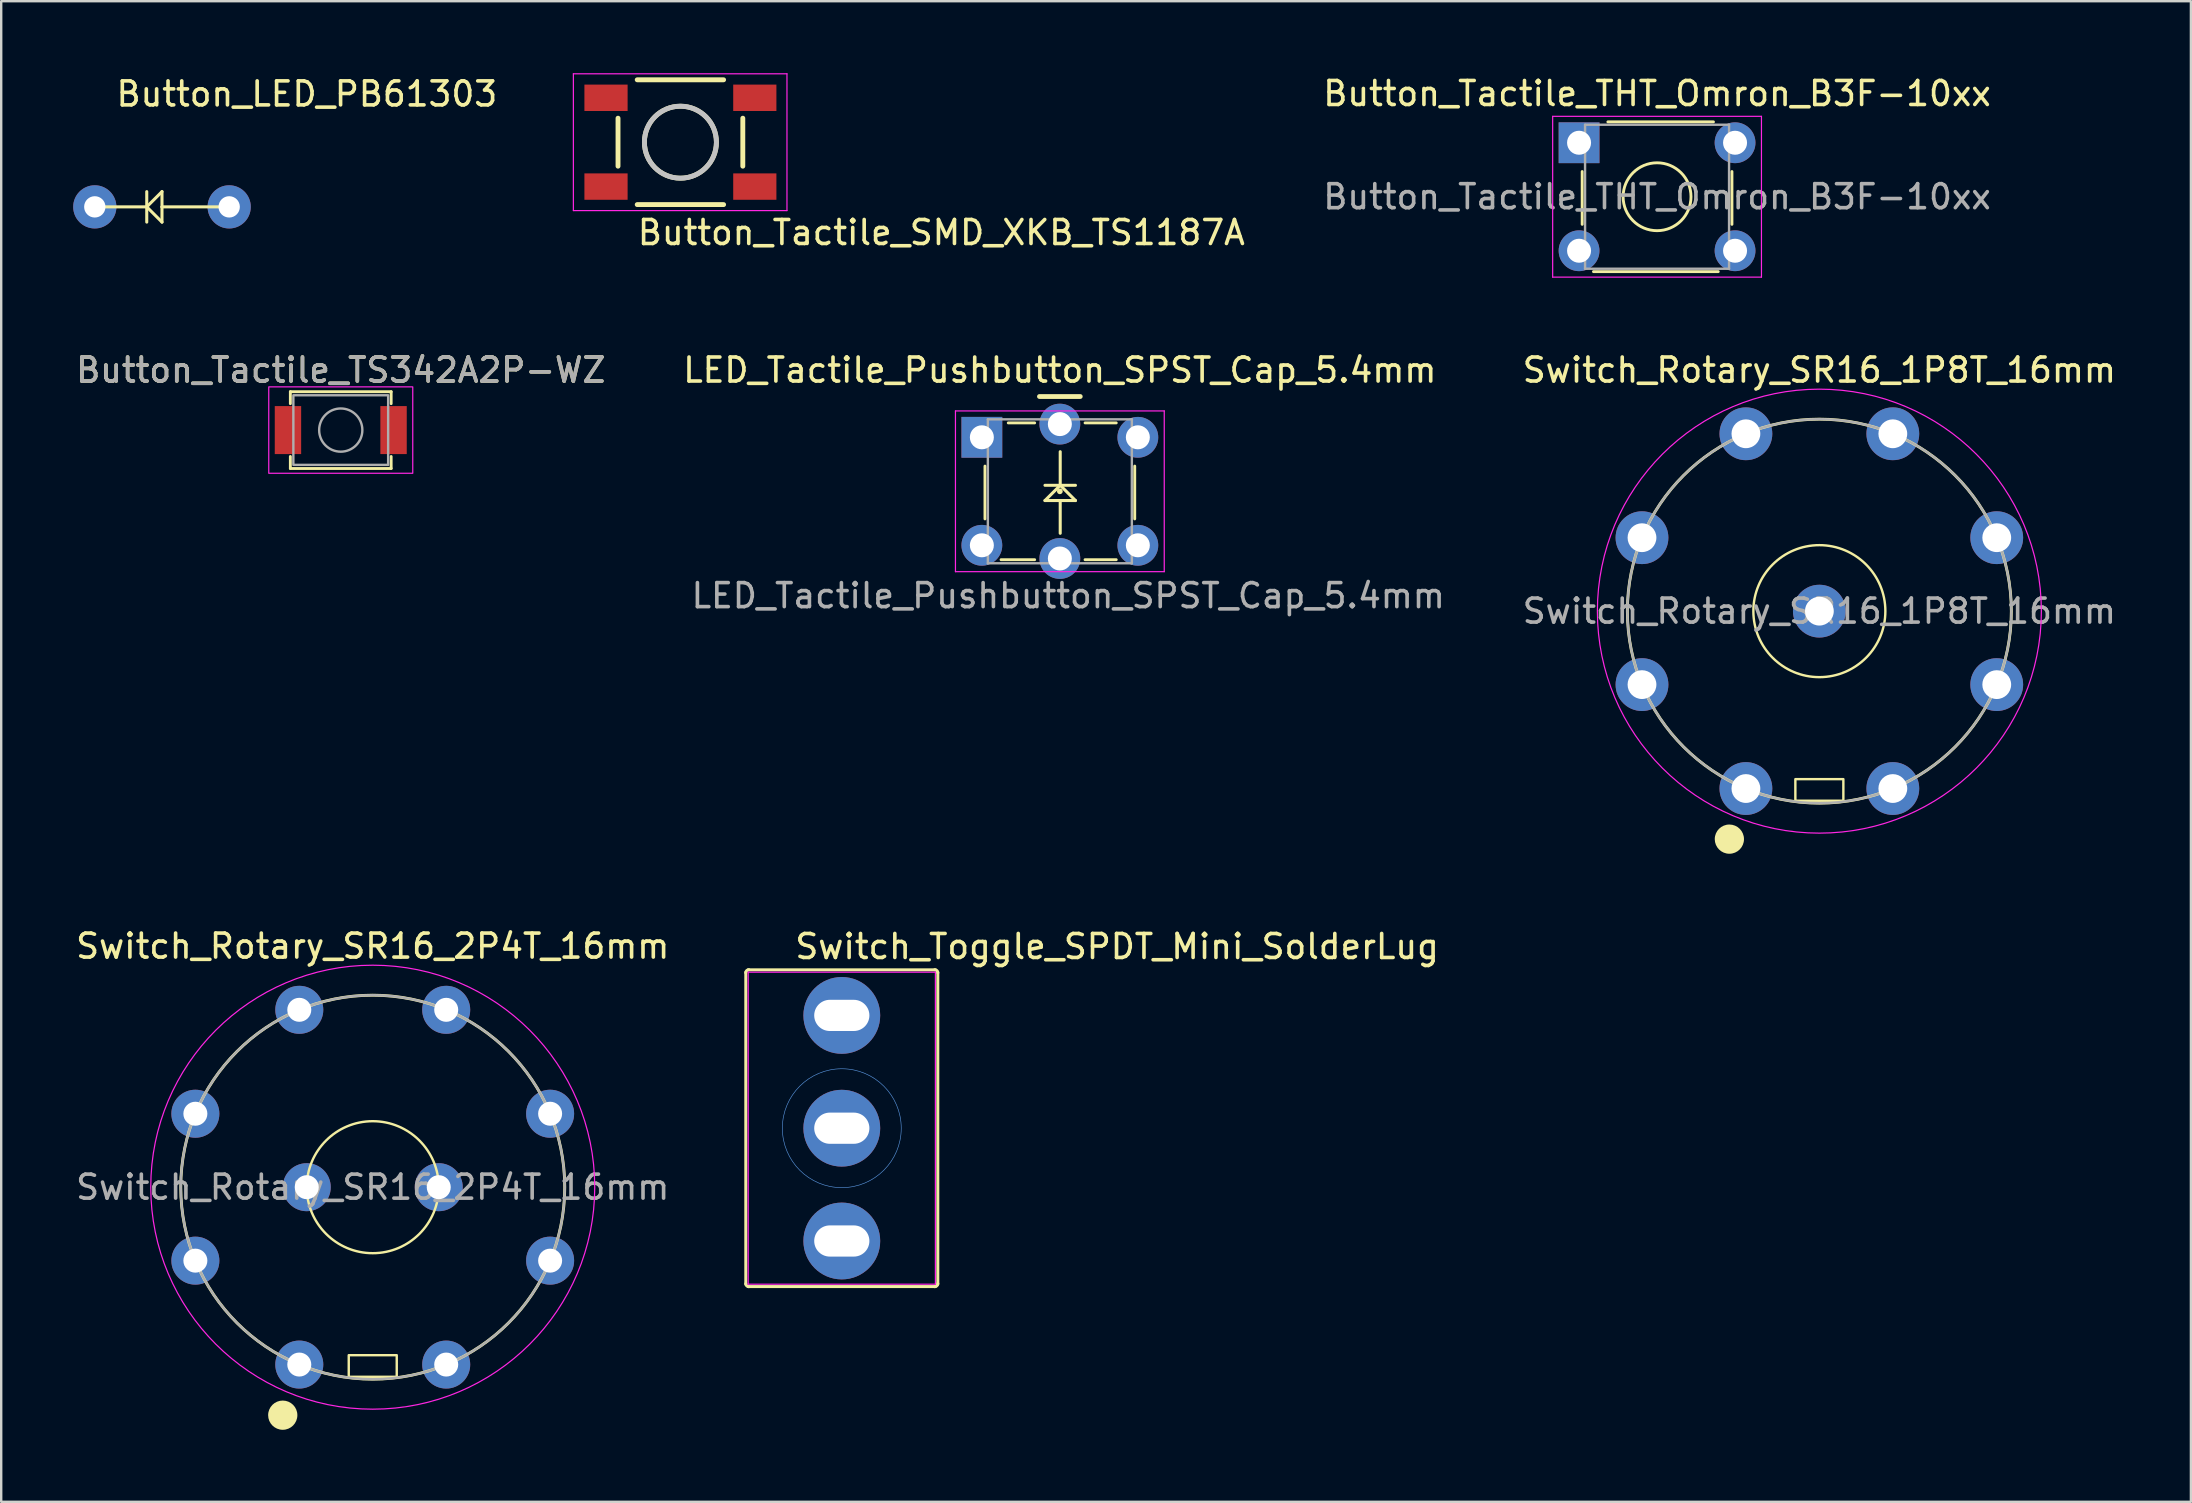
<source format=kicad_pcb>
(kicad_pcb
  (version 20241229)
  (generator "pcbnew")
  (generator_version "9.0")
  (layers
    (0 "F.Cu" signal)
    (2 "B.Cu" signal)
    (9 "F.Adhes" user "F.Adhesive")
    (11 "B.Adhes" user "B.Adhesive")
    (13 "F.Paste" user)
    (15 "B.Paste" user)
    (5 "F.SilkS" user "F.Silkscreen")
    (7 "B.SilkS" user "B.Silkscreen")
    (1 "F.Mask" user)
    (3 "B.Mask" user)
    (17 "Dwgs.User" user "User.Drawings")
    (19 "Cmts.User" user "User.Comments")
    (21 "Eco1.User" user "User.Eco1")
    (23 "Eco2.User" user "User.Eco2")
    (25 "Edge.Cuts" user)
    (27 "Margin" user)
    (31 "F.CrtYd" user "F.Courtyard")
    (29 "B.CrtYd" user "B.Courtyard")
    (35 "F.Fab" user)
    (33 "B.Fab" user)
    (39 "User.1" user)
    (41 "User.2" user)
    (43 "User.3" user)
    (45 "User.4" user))
  (footprint "Button_Tactile_THT_Omron_B3F-10xx"
    (layer "F.Cu")
    (at 62.748 2.898)
    (property "Reference" "Button_Tactile_THT_Omron_B3F-10xx" (at 3.25 -2.05 0) (layer "F.SilkS") (effects (font (size 1 1) (thickness 0.15))))
    (attr through_hole)
    (fp_line (start 0.13 3.4) (end 0.13 1.2) (stroke (width 0.12) (type solid)) (layer "F.SilkS"))
    (fp_line (start 0.6 5.37) (end 5.8 5.37) (stroke (width 0.12) (type solid)) (layer "F.SilkS"))
    (fp_line (start 1.2 -0.87) (end 5.6 -0.87) (stroke (width 0.12) (type solid)) (layer "F.SilkS"))
    (fp_line (start 6.37 1.2) (end 6.37 3.4) (stroke (width 0.12) (type solid)) (layer "F.SilkS"))
    (fp_circle (center 3.25 2.25) (end 4.25 3.25) (stroke (width 0.12) (type solid)) (fill no) (layer "F.SilkS"))
    (fp_line (start -1.1 -1.1) (end -1.1 5.6) (stroke (width 0.05) (type solid)) (layer "F.CrtYd"))
    (fp_line (start -1.1 -1.1) (end 7.6 -1.1) (stroke (width 0.05) (type solid)) (layer "F.CrtYd"))
    (fp_line (start -1.1 5.6) (end 7.6 5.6) (stroke (width 0.05) (type solid)) (layer "F.CrtYd"))
    (fp_line (start 7.6 5.6) (end 7.6 -1.1) (stroke (width 0.05) (type solid)) (layer "F.CrtYd"))
    (fp_line (start 0.25 -0.75) (end 0.25 5.25) (stroke (width 0.1) (type solid)) (layer "F.Fab"))
    (fp_line (start 0.25 -0.75) (end 6.25 -0.75) (stroke (width 0.1) (type solid)) (layer "F.Fab"))
    (fp_line (start 0.25 5.25) (end 6.25 5.25) (stroke (width 0.1) (type solid)) (layer "F.Fab"))
    (fp_line (start 6.25 -0.75) (end 6.25 5.25) (stroke (width 0.1) (type solid)) (layer "F.Fab"))
    (fp_text user "${REFERENCE}" (at 3.25 2.25 0) (layer "F.Fab") (effects (font (size 1 1) (thickness 0.15))))
    (pad "1" thru_hole rect (at 0 0) (size 1.7 1.7) (drill 1) (layers "*.Cu" "*.Mask"))
    (pad "1" thru_hole circle (at 6.5 0) (size 1.7 1.7) (drill 1) (layers "*.Cu" "*.Mask"))
    (pad "2" thru_hole circle (at 0 4.5) (size 1.7 1.7) (drill 1) (layers "*.Cu" "*.Mask"))
    (pad "2" thru_hole circle (at 6.5 4.5) (size 1.7 1.7) (drill 1) (layers "*.Cu" "*.Mask")))
  (footprint "Switch_Rotary_SR16_1P8T_16mm"
    (layer "F.Cu")
    (at 72.761 22.416)
    (property "Reference" "Switch_Rotary_SR16_1P8T_16mm" (at 0 -10.045 0) (unlocked yes) (layer "F.SilkS") (effects (font (size 1 1) (thickness 0.15))))
    (fp_rect (start -1 7) (end 1 7.9) (stroke (width 0.1) (type default)) (fill no) (layer "F.SilkS"))
    (fp_circle (center -3.75 9.5) (end -3.191 9.5) (stroke (width 0.1) (type solid)) (fill yes) (layer "F.SilkS"))
    (fp_circle (center 0 0) (end 0 8) (stroke (width 0.12) (type default)) (fill no) (layer "F.SilkS"))
    (fp_circle (center 0 0) (end 2.75 0) (stroke (width 0.1) (type default)) (fill no) (layer "F.SilkS"))
    (fp_circle (center 0 0) (end 0 9.25) (stroke (width 0.05) (type default)) (fill no) (layer "F.CrtYd"))
    (fp_circle (center 0 0) (end 0 8) (stroke (width 0.1) (type default)) (fill no) (layer "F.Fab"))
    (fp_text user "${REFERENCE}" (at 0 0 0) (layer "F.Fab") (effects (font (size 1 1) (thickness 0.15))))
    (pad "1" thru_hole oval (at -3.061 7.391 180) (size 2.2 2.2) (drill 1.2) (layers "*.Cu" "*.Mask"))
    (pad "2" thru_hole oval (at -7.391 3.061 180) (size 2.2 2.2) (drill 1.2) (layers "*.Cu" "*.Mask"))
    (pad "3" thru_hole oval (at -7.391 -3.061 180) (size 2.2 2.2) (drill 1.2) (layers "*.Cu" "*.Mask"))
    (pad "4" thru_hole oval (at -3.061 -7.391 180) (size 2.2 2.2) (drill 1.2) (layers "*.Cu" "*.Mask"))
    (pad "5" thru_hole oval (at 3.061 -7.391 180) (size 2.2 2.2) (drill 1.2) (layers "*.Cu" "*.Mask"))
    (pad "6" thru_hole oval (at 7.391 -3.061 180) (size 2.2 2.2) (drill 1.2) (layers "*.Cu" "*.Mask"))
    (pad "7" thru_hole oval (at 7.391 3.061 180) (size 2.2 2.2) (drill 1.2) (layers "*.Cu" "*.Mask"))
    (pad "8" thru_hole oval (at 3.061 7.391 180) (size 2.2 2.2) (drill 1.2) (layers "*.Cu" "*.Mask"))
    (pad "A" thru_hole circle (at 0 0) (size 2.2 2.2) (drill 1.2) (layers "*.Cu" "*.Mask")))
  (footprint "Button_Tactile_TS342A2P-WZ"
    (layer "F.Cu")
    (at 11.149 14.871)
    (property "Reference" "Button_Tactile_TS342A2P-WZ" (at 0 -2.5 0) (layer "F.SilkS") (effects (font (size 1 1) (thickness 0.15))))
    (attr smd)
    (fp_line (start -2.1 -1.6) (end 2.1 -1.6) (stroke (width 0.12) (type solid)) (layer "F.SilkS"))
    (fp_line (start -2.1 -1.1) (end -2.1 -1.6) (stroke (width 0.12) (type solid)) (layer "F.SilkS"))
    (fp_line (start -2.1 1.6) (end -2.1 1.1) (stroke (width 0.12) (type solid)) (layer "F.SilkS"))
    (fp_line (start 2.1 -1.6) (end 2.1 -1.1) (stroke (width 0.12) (type solid)) (layer "F.SilkS"))
    (fp_line (start 2.1 1.1) (end 2.1 1.6) (stroke (width 0.12) (type solid)) (layer "F.SilkS"))
    (fp_line (start 2.1 1.6) (end -2.1 1.6) (stroke (width 0.12) (type solid)) (layer "F.SilkS"))
    (fp_rect (start -3 -1.8) (end 3 1.8) (stroke (width 0.05) (type solid)) (fill no) (layer "F.CrtYd"))
    (fp_rect (start -1.975 -1.45) (end 1.975 1.45) (stroke (width 0.1) (type solid)) (fill no) (layer "F.Fab"))
    (fp_circle (center 0 0) (end 0.9 0) (stroke (width 0.1) (type solid)) (fill no) (layer "F.Fab"))
    (fp_text user "${REFERENCE}" (at 0 -2.5 0) (layer "F.Fab") (effects (font (size 1 1) (thickness 0.15))))
    (pad "1" smd rect (at -2.2 0) (size 1.1 2) (layers "F.Cu" "F.Mask" "F.Paste"))
    (pad "2" smd rect (at 2.2 0) (size 1.1 2) (layers "F.Cu" "F.Mask" "F.Paste")))
  (footprint "Button_LED_PB61303"
    (layer "F.Cu")
    (at 3.7 5.57)
    (property "Reference" "Button_LED_PB61303" (at -1.99 -4.12 0) (layer "F.SilkS") (effects (font (size 1 1) (thickness 0.15)) (justify left bottom)))
    (attr through_hole)
    (fp_line (start -0.635 -0.635) (end -0.635 0) (stroke (width 0.127) (type solid)) (layer "F.SilkS"))
    (fp_line (start -0.635 0) (end -2.54 0) (stroke (width 0.127) (type solid)) (layer "F.SilkS"))
    (fp_line (start -0.635 0) (end -0.635 0.635) (stroke (width 0.127) (type solid)) (layer "F.SilkS"))
    (fp_line (start -0.635 0) (end 0 0.635) (stroke (width 0.127) (type solid)) (layer "F.SilkS"))
    (fp_line (start 0 -0.635) (end -0.635 0) (stroke (width 0.127) (type solid)) (layer "F.SilkS"))
    (fp_line (start 0 0) (end 0 -0.635) (stroke (width 0.127) (type solid)) (layer "F.SilkS"))
    (fp_line (start 0 0.635) (end 0 0) (stroke (width 0.127) (type solid)) (layer "F.SilkS"))
    (fp_line (start 2.54 0) (end 0 0) (stroke (width 0.127) (type solid)) (layer "F.SilkS"))
    (pad "1" thru_hole circle (at -2.8 0) (size 1.8 1.8) (drill 0.889) (layers "*.Cu" "*.Mask"))
    (pad "2" thru_hole circle (at 2.8 0) (size 1.8 1.8) (drill 0.889) (layers "*.Cu" "*.Mask")))
  (footprint "Switch_Rotary_SR16_2P4T_16mm"
    (layer "F.Cu")
    (at 12.482 46.419)
    (property "Reference" "Switch_Rotary_SR16_2P4T_16mm" (at 0 -10.045 0) (unlocked yes) (layer "F.SilkS") (effects (font (size 1 1) (thickness 0.15))))
    (fp_rect (start -1 7) (end 1 7.9) (stroke (width 0.1) (type default)) (fill no) (layer "F.SilkS"))
    (fp_circle (center -3.75 9.5) (end -3.191 9.5) (stroke (width 0.1) (type solid)) (fill yes) (layer "F.SilkS"))
    (fp_circle (center 0 0) (end 0 8) (stroke (width 0.12) (type default)) (fill no) (layer "F.SilkS"))
    (fp_circle (center 0 0) (end 2.75 0) (stroke (width 0.1) (type default)) (fill no) (layer "F.SilkS"))
    (fp_circle (center 0 0) (end 0 9.25) (stroke (width 0.05) (type default)) (fill no) (layer "F.CrtYd"))
    (fp_circle (center 0 0) (end 0 8) (stroke (width 0.1) (type default)) (fill no) (layer "F.Fab"))
    (fp_text user "${REFERENCE}" (at 0 0 0) (layer "F.Fab") (effects (font (size 1 1) (thickness 0.15))))
    (pad "1" thru_hole oval (at -3.061 7.391 180) (size 2 2) (drill 1) (layers "*.Cu" "*.Mask"))
    (pad "2" thru_hole oval (at -7.391 3.061 180) (size 2 2) (drill 1) (layers "*.Cu" "*.Mask"))
    (pad "3" thru_hole oval (at -7.391 -3.061 180) (size 2 2) (drill 1) (layers "*.Cu" "*.Mask"))
    (pad "4" thru_hole oval (at -3.061 -7.391 180) (size 2 2) (drill 1) (layers "*.Cu" "*.Mask"))
    (pad "5" thru_hole oval (at 3.061 -7.391 180) (size 2 2) (drill 1) (layers "*.Cu" "*.Mask"))
    (pad "6" thru_hole oval (at 7.391 -3.061 180) (size 2 2) (drill 1) (layers "*.Cu" "*.Mask"))
    (pad "7" thru_hole oval (at 7.391 3.061 180) (size 2 2) (drill 1) (layers "*.Cu" "*.Mask"))
    (pad "8" thru_hole oval (at 3.061 7.391 180) (size 2 2) (drill 1) (layers "*.Cu" "*.Mask"))
    (pad "A" thru_hole circle (at -2.75 0) (size 2 2) (drill 1) (layers "*.Cu" "*.Mask"))
    (pad "B" thru_hole circle (at 2.75 0) (size 2 2) (drill 1) (layers "*.Cu" "*.Mask")))
  (footprint "Button_Tactile_SMD_XKB_TS1187A"
    (layer "F.Cu")
    (at 25.302 2.875)
    (property "Reference" "Button_Tactile_SMD_XKB_TS1187A" (at -1.87 4.35 0) (layer "F.SilkS") (effects (font (size 1 1) (thickness 0.15)) (justify left bottom)))
    (attr through_hole)
    (fp_line (start -2.6 1) (end -2.6 -1) (stroke (width 0.203) (type solid)) (layer "F.SilkS"))
    (fp_line (start 1.8 -2.6) (end -1.8 -2.6) (stroke (width 0.203) (type solid)) (layer "F.SilkS"))
    (fp_line (start 1.8 2.6) (end -1.8 2.6) (stroke (width 0.203) (type solid)) (layer "F.SilkS"))
    (fp_line (start 2.6 1) (end 2.6 -1) (stroke (width 0.203) (type solid)) (layer "F.SilkS"))
    (fp_circle (center 0 0) (end 1.5 0) (stroke (width 0.203) (type solid)) (fill no) (layer "F.SilkS"))
    (fp_circle (center 0 0) (end 1.5 0) (stroke (width 0.203) (type solid)) (fill no) (layer "Dwgs.User"))
    (fp_line (start -4.46 -2.85) (end -4.46 2.85) (stroke (width 0.05) (type solid)) (layer "F.CrtYd"))
    (fp_line (start -4.46 2.85) (end 4.44 2.85) (stroke (width 0.05) (type solid)) (layer "F.CrtYd"))
    (fp_line (start 4.44 -2.85) (end -4.46 -2.85) (stroke (width 0.05) (type solid)) (layer "F.CrtYd"))
    (fp_line (start 4.44 2.85) (end 4.44 -2.85) (stroke (width 0.05) (type solid)) (layer "F.CrtYd"))
    (pad "1" smd rect (at -3.1 -1.85) (size 1.8 1.1) (layers "F.Cu" "F.Mask" "F.Paste"))
    (pad "2" smd rect (at -3.1 1.85) (size 1.8 1.1) (layers "F.Cu" "F.Mask" "F.Paste"))
    (pad "3" smd rect (at 3.1 -1.85) (size 1.8 1.1) (layers "F.Cu" "F.Mask" "F.Paste"))
    (pad "4" smd rect (at 3.1 1.85) (size 1.8 1.1) (layers "F.Cu" "F.Mask" "F.Paste")))
  (footprint "LED_Tactile_Pushbutton_SPST_Cap_5.4mm"
    (layer "F.Cu")
    (at 41.113 17.422)
    (property "Reference" "LED_Tactile_Pushbutton_SPST_Cap_5.4mm" (at 0 -5.05 0) (layer "F.SilkS") (effects (font (size 1 1) (thickness 0.15))))
    (attr through_hole)
    (fp_line (start -3.12 1.15) (end -3.12 -1.05) (stroke (width 0.12) (type solid)) (layer "F.SilkS"))
    (fp_line (start -2.45 2.85) (end -1.05 2.85) (stroke (width 0.12) (type solid)) (layer "F.SilkS"))
    (fp_line (start -2.15 -2.85) (end -1.05 -2.85) (stroke (width 0.12) (type solid)) (layer "F.SilkS"))
    (fp_line (start -0.85 -3.95) (end 0.85 -3.95) (stroke (width 0.2) (type solid)) (layer "F.SilkS"))
    (fp_line (start -0.62 0.385) (end 0.015 0.385) (stroke (width 0.127) (type solid)) (layer "F.SilkS"))
    (fp_line (start 0.015 -0.25) (end -0.62 -0.25) (stroke (width 0.127) (type solid)) (layer "F.SilkS"))
    (fp_line (start 0.015 -0.25) (end -0.62 0.385) (stroke (width 0.127) (type solid)) (layer "F.SilkS"))
    (fp_line (start 0.015 -0.25) (end 0.015 -1.65) (stroke (width 0.127) (type solid)) (layer "F.SilkS"))
    (fp_line (start 0.015 0.385) (end 0.65 0.385) (stroke (width 0.127) (type solid)) (layer "F.SilkS"))
    (fp_line (start 0.015 1.75) (end 0.015 0.385) (stroke (width 0.127) (type solid)) (layer "F.SilkS"))
    (fp_line (start 0.65 -0.25) (end 0.015 -0.25) (stroke (width 0.127) (type solid)) (layer "F.SilkS"))
    (fp_line (start 0.65 0.385) (end 0.015 -0.25) (stroke (width 0.127) (type solid)) (layer "F.SilkS"))
    (fp_line (start 1.05 2.85) (end 2.35 2.85) (stroke (width 0.12) (type solid)) (layer "F.SilkS"))
    (fp_line (start 2.35 -2.85) (end 1.05 -2.85) (stroke (width 0.12) (type solid)) (layer "F.SilkS"))
    (fp_line (start 3.12 -1.05) (end 3.12 1.15) (stroke (width 0.12) (type solid)) (layer "F.SilkS"))
    (fp_circle (center 0 0) (end 0 0) (stroke (width 0.12) (type solid)) (fill no) (layer "F.SilkS"))
    (fp_line (start -4.35 -3.35) (end -4.35 3.35) (stroke (width 0.05) (type solid)) (layer "F.CrtYd"))
    (fp_line (start -4.35 -3.35) (end 4.35 -3.35) (stroke (width 0.05) (type solid)) (layer "F.CrtYd"))
    (fp_line (start -4.35 3.35) (end 4.35 3.35) (stroke (width 0.05) (type solid)) (layer "F.CrtYd"))
    (fp_line (start 4.35 3.35) (end 4.35 -3.35) (stroke (width 0.05) (type solid)) (layer "F.CrtYd"))
    (fp_line (start -3 -3) (end -3 3) (stroke (width 0.1) (type solid)) (layer "F.Fab"))
    (fp_line (start -3 -3) (end 3 -3) (stroke (width 0.1) (type solid)) (layer "F.Fab"))
    (fp_line (start -3 3) (end 3 3) (stroke (width 0.1) (type solid)) (layer "F.Fab"))
    (fp_line (start 3 -3) (end 3 3) (stroke (width 0.1) (type solid)) (layer "F.Fab"))
    (fp_text user "${REFERENCE}" (at 0.35 4.35 0) (layer "F.Fab") (effects (font (size 1 1) (thickness 0.15))))
    (pad "1" thru_hole rect (at -3.25 -2.25) (size 1.7 1.7) (drill 1) (layers "*.Cu" "*.Mask"))
    (pad "2" thru_hole circle (at 3.25 -2.25) (size 1.7 1.7) (drill 1) (layers "*.Cu" "*.Mask"))
    (pad "3" thru_hole circle (at -3.25 2.25) (size 1.7 1.7) (drill 1) (layers "*.Cu" "*.Mask"))
    (pad "4" thru_hole circle (at 3.25 2.25) (size 1.7 1.7) (drill 1) (layers "*.Cu" "*.Mask"))
    (pad "5" thru_hole circle (at 0 -2.8) (size 1.7 1.7) (drill 1) (layers "*.Cu" "*.Mask"))
    (pad "6" thru_hole circle (at 0 2.8) (size 1.7 1.7) (drill 1) (layers "*.Cu" "*.Mask")))
  (footprint "Switch_Toggle_SPDT_Mini_SolderLug"
    (layer "F.Cu")
    (at 32.027 43.961)
    (property "Reference" "Switch_Toggle_SPDT_Mini_SolderLug" (at -2.032 -6.985 0) (layer "F.SilkS") (effects (font (size 1 1) (thickness 0.15)) (justify left bottom)))
    (attr through_hole)
    (fp_line (start -4 6.5) (end -4 -6.5) (stroke (width 0.125) (type solid)) (layer "F.SilkS"))
    (fp_line (start -3.9 -6.6) (end 3.9 -6.6) (stroke (width 0.125) (type solid)) (layer "F.SilkS"))
    (fp_line (start 3.9 6.6) (end -3.9 6.6) (stroke (width 0.125) (type solid)) (layer "F.SilkS"))
    (fp_line (start 4 -6.5) (end 4 6.5) (stroke (width 0.125) (type solid)) (layer "F.SilkS"))
    (fp_arc (start -4.0005 -6.477) (mid -3.963303 -6.566803) (end -3.8735 -6.604) (stroke (width 0.125) (type solid)) (layer "F.SilkS"))
    (fp_arc (start -3.8735 6.604) (mid -3.963303 6.566803) (end -4.0005 6.477) (stroke (width 0.125) (type solid)) (layer "F.SilkS"))
    (fp_arc (start 3.8735 -6.604) (mid 3.963303 -6.566803) (end 4.0005 -6.477) (stroke (width 0.125) (type solid)) (layer "F.SilkS"))
    (fp_arc (start 4.0005 6.477) (mid 3.963303 6.566803) (end 3.8735 6.604) (stroke (width 0.125) (type solid)) (layer "F.SilkS"))
    (fp_circle (center 0 0) (end 2.477 0) (stroke (width 0.025) (type solid)) (fill no) (layer "Cmts.User"))
    (fp_line (start -3.9 -6.5) (end 3.9 -6.5) (stroke (width 0.05) (type solid)) (layer "F.CrtYd"))
    (fp_line (start -3.9 6.5) (end -3.9 -6.5) (stroke (width 0.05) (type solid)) (layer "F.CrtYd"))
    (fp_line (start 3.9 -6.5) (end 3.9 6.5) (stroke (width 0.05) (type solid)) (layer "F.CrtYd"))
    (fp_line (start 3.9 6.5) (end -3.9 6.5) (stroke (width 0.05) (type solid)) (layer "F.CrtYd"))
    (pad "1" thru_hole circle (at 0 -4.7) (size 3.2 3.2) (drill oval 2.3 1.3) (layers "*.Cu" "*.Mask"))
    (pad "2" thru_hole circle (at 0 0) (size 3.2 3.2) (drill oval 2.3 1.3) (layers "*.Cu" "*.Mask"))
    (pad "3" thru_hole circle (at 0 4.7) (size 3.2 3.2) (drill oval 2.3 1.3) (layers "*.Cu" "*.Mask")))
  (gr_rect
    (start -3 -3)
    (end 88.243 59.528)
    (stroke (width 0.1) (type default))
    (fill no)
    (layer "Edge.Cuts")))
</source>
